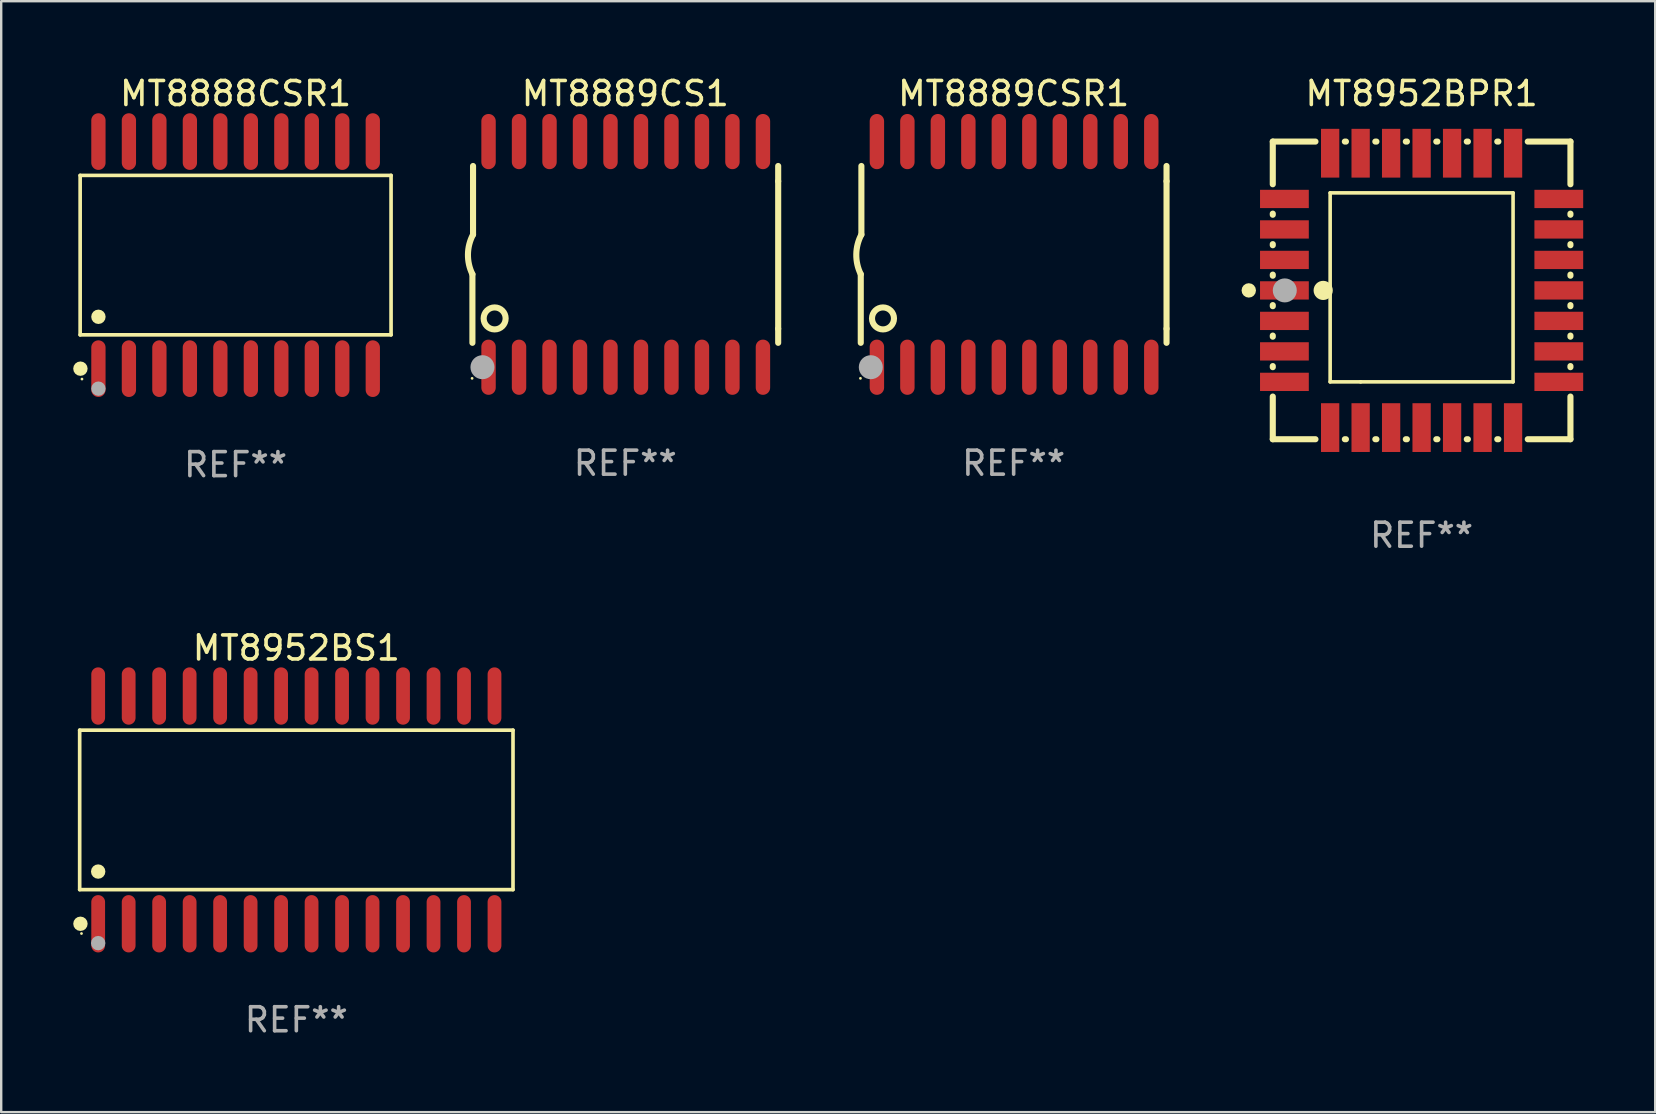
<source format=kicad_pcb>
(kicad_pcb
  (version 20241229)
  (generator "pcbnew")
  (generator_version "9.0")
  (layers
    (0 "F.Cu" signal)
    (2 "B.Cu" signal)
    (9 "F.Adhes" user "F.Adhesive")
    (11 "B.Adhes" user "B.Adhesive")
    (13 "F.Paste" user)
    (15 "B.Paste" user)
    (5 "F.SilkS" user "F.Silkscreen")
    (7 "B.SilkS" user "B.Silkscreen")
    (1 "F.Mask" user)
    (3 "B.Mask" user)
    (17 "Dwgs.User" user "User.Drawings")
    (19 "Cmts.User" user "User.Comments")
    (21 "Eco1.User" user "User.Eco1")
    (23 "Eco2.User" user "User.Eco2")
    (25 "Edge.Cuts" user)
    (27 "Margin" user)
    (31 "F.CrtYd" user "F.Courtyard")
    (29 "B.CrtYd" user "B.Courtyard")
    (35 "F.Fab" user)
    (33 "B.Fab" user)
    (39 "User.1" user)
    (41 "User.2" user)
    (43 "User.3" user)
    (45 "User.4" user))
  (footprint "MT8889CS1"
    (layer "F.Cu")
    (at 22.999 7.548)
    (property "Reference" "MT8889CS1" (at 0 -6.7 0) (layer "F.SilkS") (effects (font (size 1 1) (thickness 0.15))))
    (attr through_hole)
    (fp_line (start -6.369 0.826) (end -6.369 3.683) (stroke (width 0.254) (type solid)) (layer "F.SilkS"))
    (fp_line (start -6.343 -0.825) (end -6.343 -3.683) (stroke (width 0.254) (type solid)) (layer "F.SilkS"))
    (fp_line (start 6.369 -3.048) (end 6.369 -3.683) (stroke (width 0.254) (type solid)) (layer "F.SilkS"))
    (fp_line (start 6.369 -3.048) (end 6.369 3.096) (stroke (width 0.254) (type solid)) (layer "F.SilkS"))
    (fp_line (start 6.369 3.096) (end 6.369 3.683) (stroke (width 0.254) (type solid)) (layer "F.SilkS"))
    (fp_arc (start -6.36853 0.825552) (mid -6.554743 -0.00301) (end -6.343129 -0.825451) (stroke (width 0.254001) (type solid)) (layer "F.SilkS"))
    (fp_circle (center -6.382 5.163) (end -6.352 5.163) (stroke (width 0.06) (type solid)) (fill no) (layer "F.SilkS"))
    (fp_circle (center -5.443 2.667) (end -4.985 2.667) (stroke (width 0.254) (type solid)) (fill no) (layer "F.SilkS"))
    (fp_circle (center -5.951 4.699) (end -5.701 4.699) (stroke (width 0.5) (type solid)) (fill no) (layer "F.Fab"))
    (fp_text user "REF**" (at 0 8.7 0) (layer "F.Fab") (effects (font (size 1 1) (thickness 0.15))))
    (pad "1" smd oval (at -5.697 4.7 180) (size 0.6 2.3) (layers "F.Cu" "F.Mask" "F.Paste"))
    (pad "2" smd oval (at -4.427 4.7 180) (size 0.6 2.3) (layers "F.Cu" "F.Mask" "F.Paste"))
    (pad "3" smd oval (at -3.157 4.7 180) (size 0.6 2.3) (layers "F.Cu" "F.Mask" "F.Paste"))
    (pad "4" smd oval (at -1.887 4.7 180) (size 0.6 2.3) (layers "F.Cu" "F.Mask" "F.Paste"))
    (pad "5" smd oval (at -0.617 4.7 180) (size 0.6 2.3) (layers "F.Cu" "F.Mask" "F.Paste"))
    (pad "6" smd oval (at 0.653 4.7 180) (size 0.6 2.3) (layers "F.Cu" "F.Mask" "F.Paste"))
    (pad "7" smd oval (at 1.923 4.7 180) (size 0.6 2.3) (layers "F.Cu" "F.Mask" "F.Paste"))
    (pad "8" smd oval (at 3.193 4.7 180) (size 0.6 2.3) (layers "F.Cu" "F.Mask" "F.Paste"))
    (pad "9" smd oval (at 4.463 4.7 180) (size 0.6 2.3) (layers "F.Cu" "F.Mask" "F.Paste"))
    (pad "10" smd oval (at 5.734 4.7 180) (size 0.6 2.3) (layers "F.Cu" "F.Mask" "F.Paste"))
    (pad "11" smd oval (at 5.734 -4.7 180) (size 0.6 2.3) (layers "F.Cu" "F.Mask" "F.Paste"))
    (pad "12" smd oval (at 4.463 -4.7 180) (size 0.6 2.3) (layers "F.Cu" "F.Mask" "F.Paste"))
    (pad "13" smd oval (at 3.193 -4.7 180) (size 0.6 2.3) (layers "F.Cu" "F.Mask" "F.Paste"))
    (pad "14" smd oval (at 1.923 -4.7 180) (size 0.6 2.3) (layers "F.Cu" "F.Mask" "F.Paste"))
    (pad "15" smd oval (at 0.653 -4.7 180) (size 0.6 2.3) (layers "F.Cu" "F.Mask" "F.Paste"))
    (pad "16" smd oval (at -0.617 -4.7 180) (size 0.6 2.3) (layers "F.Cu" "F.Mask" "F.Paste"))
    (pad "17" smd oval (at -1.887 -4.7 180) (size 0.6 2.3) (layers "F.Cu" "F.Mask" "F.Paste"))
    (pad "18" smd oval (at -3.157 -4.7 180) (size 0.6 2.3) (layers "F.Cu" "F.Mask" "F.Paste"))
    (pad "19" smd oval (at -4.427 -4.7 180) (size 0.6 2.3) (layers "F.Cu" "F.Mask" "F.Paste"))
    (pad "20" smd oval (at -5.697 -4.7 180) (size 0.6 2.3) (layers "F.Cu" "F.Mask" "F.Paste")))
  (footprint "MT8952BS1"
    (layer "F.Cu")
    (at 9.295 30.689)
    (property "Reference" "MT8952BS1" (at 0 -6.744 0) (layer "F.SilkS") (effects (font (size 1 1) (thickness 0.15))))
    (attr through_hole)
    (fp_line (start -9.026 -3.321) (end 9.026 -3.321) (stroke (width 0.152) (type solid)) (layer "F.SilkS"))
    (fp_line (start -9.026 3.321) (end -9.026 -3.321) (stroke (width 0.152) (type solid)) (layer "F.SilkS"))
    (fp_line (start 9.026 -3.321) (end 9.026 3.321) (stroke (width 0.152) (type solid)) (layer "F.SilkS"))
    (fp_line (start 9.026 3.321) (end -9.026 3.321) (stroke (width 0.152) (type solid)) (layer "F.SilkS"))
    (fp_circle (center -8.994 4.744) (end -8.844 4.744) (stroke (width 0.3) (type solid)) (fill no) (layer "F.SilkS"))
    (fp_circle (center -8.95 5.15) (end -8.92 5.15) (stroke (width 0.06) (type solid)) (fill no) (layer "F.SilkS"))
    (fp_circle (center -8.255 2.569) (end -8.105 2.569) (stroke (width 0.3) (type solid)) (fill no) (layer "F.SilkS"))
    (fp_circle (center -8.255 5.55) (end -8.105 5.55) (stroke (width 0.3) (type solid)) (fill no) (layer "F.Fab"))
    (fp_text user "REF**" (at 0 8.744 0) (layer "F.Fab") (effects (font (size 1 1) (thickness 0.15))))
    (pad "1" smd oval (at -8.255 4.744) (size 0.574 2.388) (layers "F.Cu" "F.Mask" "F.Paste"))
    (pad "2" smd oval (at -6.985 4.744) (size 0.574 2.388) (layers "F.Cu" "F.Mask" "F.Paste"))
    (pad "3" smd oval (at -5.715 4.744) (size 0.574 2.388) (layers "F.Cu" "F.Mask" "F.Paste"))
    (pad "4" smd oval (at -4.445 4.744) (size 0.574 2.388) (layers "F.Cu" "F.Mask" "F.Paste"))
    (pad "5" smd oval (at -3.175 4.744) (size 0.574 2.388) (layers "F.Cu" "F.Mask" "F.Paste"))
    (pad "6" smd oval (at -1.905 4.744) (size 0.574 2.388) (layers "F.Cu" "F.Mask" "F.Paste"))
    (pad "7" smd oval (at -0.635 4.744) (size 0.574 2.388) (layers "F.Cu" "F.Mask" "F.Paste"))
    (pad "8" smd oval (at 0.635 4.744) (size 0.574 2.388) (layers "F.Cu" "F.Mask" "F.Paste"))
    (pad "9" smd oval (at 1.905 4.744) (size 0.574 2.388) (layers "F.Cu" "F.Mask" "F.Paste"))
    (pad "10" smd oval (at 3.175 4.744) (size 0.574 2.388) (layers "F.Cu" "F.Mask" "F.Paste"))
    (pad "11" smd oval (at 4.445 4.744) (size 0.574 2.388) (layers "F.Cu" "F.Mask" "F.Paste"))
    (pad "12" smd oval (at 5.715 4.744) (size 0.574 2.388) (layers "F.Cu" "F.Mask" "F.Paste"))
    (pad "13" smd oval (at 6.985 4.744) (size 0.574 2.388) (layers "F.Cu" "F.Mask" "F.Paste"))
    (pad "14" smd oval (at 8.255 4.744) (size 0.574 2.388) (layers "F.Cu" "F.Mask" "F.Paste"))
    (pad "15" smd oval (at 8.255 -4.744) (size 0.574 2.388) (layers "F.Cu" "F.Mask" "F.Paste"))
    (pad "16" smd oval (at 6.985 -4.744) (size 0.574 2.388) (layers "F.Cu" "F.Mask" "F.Paste"))
    (pad "17" smd oval (at 5.715 -4.744) (size 0.574 2.388) (layers "F.Cu" "F.Mask" "F.Paste"))
    (pad "18" smd oval (at 4.445 -4.744) (size 0.574 2.388) (layers "F.Cu" "F.Mask" "F.Paste"))
    (pad "19" smd oval (at 3.175 -4.744) (size 0.574 2.388) (layers "F.Cu" "F.Mask" "F.Paste"))
    (pad "20" smd oval (at 1.905 -4.744) (size 0.574 2.388) (layers "F.Cu" "F.Mask" "F.Paste"))
    (pad "21" smd oval (at 0.635 -4.744) (size 0.574 2.388) (layers "F.Cu" "F.Mask" "F.Paste"))
    (pad "22" smd oval (at -0.635 -4.744) (size 0.574 2.388) (layers "F.Cu" "F.Mask" "F.Paste"))
    (pad "23" smd oval (at -1.905 -4.744) (size 0.574 2.388) (layers "F.Cu" "F.Mask" "F.Paste"))
    (pad "24" smd oval (at -3.175 -4.744) (size 0.574 2.388) (layers "F.Cu" "F.Mask" "F.Paste"))
    (pad "25" smd oval (at -4.445 -4.744) (size 0.574 2.388) (layers "F.Cu" "F.Mask" "F.Paste"))
    (pad "26" smd oval (at -5.715 -4.744) (size 0.574 2.388) (layers "F.Cu" "F.Mask" "F.Paste"))
    (pad "27" smd oval (at -6.985 -4.744) (size 0.574 2.388) (layers "F.Cu" "F.Mask" "F.Paste"))
    (pad "28" smd oval (at -8.255 -4.744) (size 0.574 2.388) (layers "F.Cu" "F.Mask" "F.Paste")))
  (footprint "MT8888CSR1"
    (layer "F.Cu")
    (at 6.765 7.578)
    (property "Reference" "MT8888CSR1" (at 0 -6.73 0) (layer "F.SilkS") (effects (font (size 1 1) (thickness 0.15))))
    (attr through_hole)
    (fp_line (start -6.476 -3.321) (end 6.476 -3.321) (stroke (width 0.152) (type solid)) (layer "F.SilkS"))
    (fp_line (start -6.476 3.321) (end -6.476 -3.321) (stroke (width 0.152) (type solid)) (layer "F.SilkS"))
    (fp_line (start 6.476 -3.321) (end 6.476 3.321) (stroke (width 0.152) (type solid)) (layer "F.SilkS"))
    (fp_line (start 6.476 3.321) (end -6.476 3.321) (stroke (width 0.152) (type solid)) (layer "F.SilkS"))
    (fp_circle (center -6.465 4.73) (end -6.315 4.73) (stroke (width 0.3) (type solid)) (fill no) (layer "F.SilkS"))
    (fp_circle (center -6.4 5.163) (end -6.37 5.163) (stroke (width 0.06) (type solid)) (fill no) (layer "F.SilkS"))
    (fp_circle (center -5.715 2.569) (end -5.565 2.569) (stroke (width 0.3) (type solid)) (fill no) (layer "F.SilkS"))
    (fp_circle (center -5.715 5.563) (end -5.565 5.563) (stroke (width 0.3) (type solid)) (fill no) (layer "F.Fab"))
    (fp_text user "REF**" (at 0 8.73 0) (layer "F.Fab") (effects (font (size 1 1) (thickness 0.15))))
    (pad "1" smd oval (at -5.715 4.73) (size 0.595 2.36) (layers "F.Cu" "F.Mask" "F.Paste"))
    (pad "2" smd oval (at -4.445 4.73) (size 0.595 2.36) (layers "F.Cu" "F.Mask" "F.Paste"))
    (pad "3" smd oval (at -3.175 4.73) (size 0.595 2.36) (layers "F.Cu" "F.Mask" "F.Paste"))
    (pad "4" smd oval (at -1.905 4.73) (size 0.595 2.36) (layers "F.Cu" "F.Mask" "F.Paste"))
    (pad "5" smd oval (at -0.635 4.73) (size 0.595 2.36) (layers "F.Cu" "F.Mask" "F.Paste"))
    (pad "6" smd oval (at 0.635 4.73) (size 0.595 2.36) (layers "F.Cu" "F.Mask" "F.Paste"))
    (pad "7" smd oval (at 1.905 4.73) (size 0.595 2.36) (layers "F.Cu" "F.Mask" "F.Paste"))
    (pad "8" smd oval (at 3.175 4.73) (size 0.595 2.36) (layers "F.Cu" "F.Mask" "F.Paste"))
    (pad "9" smd oval (at 4.445 4.73) (size 0.595 2.36) (layers "F.Cu" "F.Mask" "F.Paste"))
    (pad "10" smd oval (at 5.715 4.73) (size 0.595 2.36) (layers "F.Cu" "F.Mask" "F.Paste"))
    (pad "11" smd oval (at 5.715 -4.73) (size 0.595 2.36) (layers "F.Cu" "F.Mask" "F.Paste"))
    (pad "12" smd oval (at 4.445 -4.73) (size 0.595 2.36) (layers "F.Cu" "F.Mask" "F.Paste"))
    (pad "13" smd oval (at 3.175 -4.73) (size 0.595 2.36) (layers "F.Cu" "F.Mask" "F.Paste"))
    (pad "14" smd oval (at 1.905 -4.73) (size 0.595 2.36) (layers "F.Cu" "F.Mask" "F.Paste"))
    (pad "15" smd oval (at 0.635 -4.73) (size 0.595 2.36) (layers "F.Cu" "F.Mask" "F.Paste"))
    (pad "16" smd oval (at -0.635 -4.73) (size 0.595 2.36) (layers "F.Cu" "F.Mask" "F.Paste"))
    (pad "17" smd oval (at -1.905 -4.73) (size 0.595 2.36) (layers "F.Cu" "F.Mask" "F.Paste"))
    (pad "18" smd oval (at -3.175 -4.73) (size 0.595 2.36) (layers "F.Cu" "F.Mask" "F.Paste"))
    (pad "19" smd oval (at -4.445 -4.73) (size 0.595 2.36) (layers "F.Cu" "F.Mask" "F.Paste"))
    (pad "20" smd oval (at -5.715 -4.73) (size 0.595 2.36) (layers "F.Cu" "F.Mask" "F.Paste")))
  (footprint "MT8889CSR1"
    (layer "F.Cu")
    (at 39.177 7.548)
    (property "Reference" "MT8889CSR1" (at 0 -6.7 0) (layer "F.SilkS") (effects (font (size 1 1) (thickness 0.15))))
    (attr through_hole)
    (fp_line (start -6.369 0.826) (end -6.369 3.683) (stroke (width 0.254) (type solid)) (layer "F.SilkS"))
    (fp_line (start -6.343 -0.825) (end -6.343 -3.683) (stroke (width 0.254) (type solid)) (layer "F.SilkS"))
    (fp_line (start 6.369 -3.048) (end 6.369 -3.683) (stroke (width 0.254) (type solid)) (layer "F.SilkS"))
    (fp_line (start 6.369 -3.048) (end 6.369 3.096) (stroke (width 0.254) (type solid)) (layer "F.SilkS"))
    (fp_line (start 6.369 3.096) (end 6.369 3.683) (stroke (width 0.254) (type solid)) (layer "F.SilkS"))
    (fp_arc (start -6.36853 0.825552) (mid -6.554743 -0.00301) (end -6.343129 -0.825451) (stroke (width 0.254001) (type solid)) (layer "F.SilkS"))
    (fp_circle (center -6.382 5.163) (end -6.352 5.163) (stroke (width 0.06) (type solid)) (fill no) (layer "F.SilkS"))
    (fp_circle (center -5.443 2.667) (end -4.985 2.667) (stroke (width 0.254) (type solid)) (fill no) (layer "F.SilkS"))
    (fp_circle (center -5.951 4.699) (end -5.701 4.699) (stroke (width 0.5) (type solid)) (fill no) (layer "F.Fab"))
    (fp_text user "REF**" (at 0 8.7 0) (layer "F.Fab") (effects (font (size 1 1) (thickness 0.15))))
    (pad "1" smd oval (at -5.697 4.7 180) (size 0.6 2.3) (layers "F.Cu" "F.Mask" "F.Paste"))
    (pad "2" smd oval (at -4.427 4.7 180) (size 0.6 2.3) (layers "F.Cu" "F.Mask" "F.Paste"))
    (pad "3" smd oval (at -3.157 4.7 180) (size 0.6 2.3) (layers "F.Cu" "F.Mask" "F.Paste"))
    (pad "4" smd oval (at -1.887 4.7 180) (size 0.6 2.3) (layers "F.Cu" "F.Mask" "F.Paste"))
    (pad "5" smd oval (at -0.617 4.7 180) (size 0.6 2.3) (layers "F.Cu" "F.Mask" "F.Paste"))
    (pad "6" smd oval (at 0.653 4.7 180) (size 0.6 2.3) (layers "F.Cu" "F.Mask" "F.Paste"))
    (pad "7" smd oval (at 1.923 4.7 180) (size 0.6 2.3) (layers "F.Cu" "F.Mask" "F.Paste"))
    (pad "8" smd oval (at 3.193 4.7 180) (size 0.6 2.3) (layers "F.Cu" "F.Mask" "F.Paste"))
    (pad "9" smd oval (at 4.463 4.7 180) (size 0.6 2.3) (layers "F.Cu" "F.Mask" "F.Paste"))
    (pad "10" smd oval (at 5.734 4.7 180) (size 0.6 2.3) (layers "F.Cu" "F.Mask" "F.Paste"))
    (pad "11" smd oval (at 5.734 -4.7 180) (size 0.6 2.3) (layers "F.Cu" "F.Mask" "F.Paste"))
    (pad "12" smd oval (at 4.463 -4.7 180) (size 0.6 2.3) (layers "F.Cu" "F.Mask" "F.Paste"))
    (pad "13" smd oval (at 3.193 -4.7 180) (size 0.6 2.3) (layers "F.Cu" "F.Mask" "F.Paste"))
    (pad "14" smd oval (at 1.923 -4.7 180) (size 0.6 2.3) (layers "F.Cu" "F.Mask" "F.Paste"))
    (pad "15" smd oval (at 0.653 -4.7 180) (size 0.6 2.3) (layers "F.Cu" "F.Mask" "F.Paste"))
    (pad "16" smd oval (at -0.617 -4.7 180) (size 0.6 2.3) (layers "F.Cu" "F.Mask" "F.Paste"))
    (pad "17" smd oval (at -1.887 -4.7 180) (size 0.6 2.3) (layers "F.Cu" "F.Mask" "F.Paste"))
    (pad "18" smd oval (at -3.157 -4.7 180) (size 0.6 2.3) (layers "F.Cu" "F.Mask" "F.Paste"))
    (pad "19" smd oval (at -4.427 -4.7 180) (size 0.6 2.3) (layers "F.Cu" "F.Mask" "F.Paste"))
    (pad "20" smd oval (at -5.697 -4.7 180) (size 0.6 2.3) (layers "F.Cu" "F.Mask" "F.Paste")))
  (footprint "MT8952BPR1"
    (layer "F.Cu")
    (at 56.172 9.048)
    (property "Reference" "MT8952BPR1" (at 0 -8.2 0) (layer "F.SilkS") (effects (font (size 1 1) (thickness 0.15))))
    (attr through_hole)
    (fp_line (start -6.2 -6.2) (end -4.422 -6.2) (stroke (width 0.254) (type solid)) (layer "F.SilkS"))
    (fp_line (start -6.2 -4.422) (end -6.2 -6.2) (stroke (width 0.254) (type solid)) (layer "F.SilkS"))
    (fp_line (start -6.2 -3.152) (end -6.2 -3.198) (stroke (width 0.254) (type solid)) (layer "F.SilkS"))
    (fp_line (start -6.2 -1.882) (end -6.2 -1.928) (stroke (width 0.254) (type solid)) (layer "F.SilkS"))
    (fp_line (start -6.2 -0.612) (end -6.2 -0.658) (stroke (width 0.254) (type solid)) (layer "F.SilkS"))
    (fp_line (start -6.2 0.658) (end -6.2 0.612) (stroke (width 0.254) (type solid)) (layer "F.SilkS"))
    (fp_line (start -6.2 1.928) (end -6.2 1.882) (stroke (width 0.254) (type solid)) (layer "F.SilkS"))
    (fp_line (start -6.2 3.198) (end -6.2 3.152) (stroke (width 0.254) (type solid)) (layer "F.SilkS"))
    (fp_line (start -6.2 6.2) (end -6.2 4.422) (stroke (width 0.254) (type solid)) (layer "F.SilkS"))
    (fp_line (start -4.422 6.2) (end -6.2 6.2) (stroke (width 0.254) (type solid)) (layer "F.SilkS"))
    (fp_line (start -3.81 -4.064) (end 3.81 -4.064) (stroke (width 0.15) (type solid)) (layer "F.SilkS"))
    (fp_line (start -3.81 3.81) (end -3.81 -4.064) (stroke (width 0.15) (type solid)) (layer "F.SilkS"))
    (fp_line (start -3.198 -6.2) (end -3.152 -6.2) (stroke (width 0.254) (type solid)) (layer "F.SilkS"))
    (fp_line (start -3.152 6.2) (end -3.198 6.2) (stroke (width 0.254) (type solid)) (layer "F.SilkS"))
    (fp_line (start -2.54 3.81) (end -3.81 3.81) (stroke (width 0.15) (type solid)) (layer "F.SilkS"))
    (fp_line (start -1.928 -6.2) (end -1.882 -6.2) (stroke (width 0.254) (type solid)) (layer "F.SilkS"))
    (fp_line (start -1.882 6.2) (end -1.928 6.2) (stroke (width 0.254) (type solid)) (layer "F.SilkS"))
    (fp_line (start -0.658 -6.2) (end -0.612 -6.2) (stroke (width 0.254) (type solid)) (layer "F.SilkS"))
    (fp_line (start -0.612 6.2) (end -0.658 6.2) (stroke (width 0.254) (type solid)) (layer "F.SilkS"))
    (fp_line (start 0.612 -6.2) (end 0.658 -6.2) (stroke (width 0.254) (type solid)) (layer "F.SilkS"))
    (fp_line (start 0.658 6.2) (end 0.612 6.2) (stroke (width 0.254) (type solid)) (layer "F.SilkS"))
    (fp_line (start 1.882 -6.2) (end 1.928 -6.2) (stroke (width 0.254) (type solid)) (layer "F.SilkS"))
    (fp_line (start 1.928 6.2) (end 1.882 6.2) (stroke (width 0.254) (type solid)) (layer "F.SilkS"))
    (fp_line (start 3.152 -6.2) (end 3.198 -6.2) (stroke (width 0.254) (type solid)) (layer "F.SilkS"))
    (fp_line (start 3.198 6.2) (end 3.152 6.2) (stroke (width 0.254) (type solid)) (layer "F.SilkS"))
    (fp_line (start 3.81 -4.064) (end 3.81 3.81) (stroke (width 0.15) (type solid)) (layer "F.SilkS"))
    (fp_line (start 3.81 3.81) (end -2.54 3.81) (stroke (width 0.15) (type solid)) (layer "F.SilkS"))
    (fp_line (start 4.422 -6.2) (end 6.2 -6.2) (stroke (width 0.254) (type solid)) (layer "F.SilkS"))
    (fp_line (start 6.2 -6.2) (end 6.2 -4.422) (stroke (width 0.254) (type solid)) (layer "F.SilkS"))
    (fp_line (start 6.2 -3.198) (end 6.2 -3.152) (stroke (width 0.254) (type solid)) (layer "F.SilkS"))
    (fp_line (start 6.2 -1.928) (end 6.2 -1.882) (stroke (width 0.254) (type solid)) (layer "F.SilkS"))
    (fp_line (start 6.2 -0.658) (end 6.2 -0.612) (stroke (width 0.254) (type solid)) (layer "F.SilkS"))
    (fp_line (start 6.2 0.612) (end 6.2 0.658) (stroke (width 0.254) (type solid)) (layer "F.SilkS"))
    (fp_line (start 6.2 1.882) (end 6.2 1.928) (stroke (width 0.254) (type solid)) (layer "F.SilkS"))
    (fp_line (start 6.2 3.152) (end 6.2 3.198) (stroke (width 0.254) (type solid)) (layer "F.SilkS"))
    (fp_line (start 6.2 4.422) (end 6.2 6.2) (stroke (width 0.254) (type solid)) (layer "F.SilkS"))
    (fp_line (start 6.2 6.2) (end 4.422 6.2) (stroke (width 0.254) (type solid)) (layer "F.SilkS"))
    (fp_circle (center -7.2 0) (end -7.05 0) (stroke (width 0.3) (type solid)) (fill no) (layer "F.SilkS"))
    (fp_circle (center -6.223 6.223) (end -6.193 6.223) (stroke (width 0.06) (type solid)) (fill no) (layer "F.SilkS"))
    (fp_circle (center -4.1 0) (end -3.9 0) (stroke (width 0.4) (type solid)) (fill no) (layer "F.SilkS"))
    (fp_circle (center -5.7 0) (end -5.45 0) (stroke (width 0.5) (type solid)) (fill no) (layer "F.Fab"))
    (fp_text user "REF**" (at 0 10.2 0) (layer "F.Fab") (effects (font (size 1 1) (thickness 0.15))))
    (pad "1" smd rect (at -5.715 0) (size 2.032 0.762) (layers "F.Cu" "F.Mask" "F.Paste"))
    (pad "2" smd rect (at -5.715 1.27) (size 2.032 0.762) (layers "F.Cu" "F.Mask" "F.Paste"))
    (pad "3" smd rect (at -5.715 2.54) (size 2.032 0.762) (layers "F.Cu" "F.Mask" "F.Paste"))
    (pad "4" smd rect (at -5.715 3.81) (size 2.032 0.762) (layers "F.Cu" "F.Mask" "F.Paste"))
    (pad "5" smd rect (at -3.81 5.715) (size 0.762 2.032) (layers "F.Cu" "F.Mask" "F.Paste"))
    (pad "6" smd rect (at -2.54 5.715) (size 0.762 2.032) (layers "F.Cu" "F.Mask" "F.Paste"))
    (pad "7" smd rect (at -1.27 5.715) (size 0.762 2.032) (layers "F.Cu" "F.Mask" "F.Paste"))
    (pad "8" smd rect (at 0 5.715) (size 0.762 2.032) (layers "F.Cu" "F.Mask" "F.Paste"))
    (pad "9" smd rect (at 1.27 5.715) (size 0.762 2.032) (layers "F.Cu" "F.Mask" "F.Paste"))
    (pad "10" smd rect (at 2.54 5.715) (size 0.762 2.032) (layers "F.Cu" "F.Mask" "F.Paste"))
    (pad "11" smd rect (at 3.81 5.715) (size 0.762 2.032) (layers "F.Cu" "F.Mask" "F.Paste"))
    (pad "12" smd rect (at 5.715 3.81) (size 2.032 0.762) (layers "F.Cu" "F.Mask" "F.Paste"))
    (pad "13" smd rect (at 5.715 2.54) (size 2.032 0.762) (layers "F.Cu" "F.Mask" "F.Paste"))
    (pad "14" smd rect (at 5.715 1.27) (size 2.032 0.762) (layers "F.Cu" "F.Mask" "F.Paste"))
    (pad "15" smd rect (at 5.715 0) (size 2.032 0.762) (layers "F.Cu" "F.Mask" "F.Paste"))
    (pad "16" smd rect (at 5.715 -1.27) (size 2.032 0.762) (layers "F.Cu" "F.Mask" "F.Paste"))
    (pad "17" smd rect (at 5.715 -2.54) (size 2.032 0.762) (layers "F.Cu" "F.Mask" "F.Paste"))
    (pad "18" smd rect (at 5.715 -3.81) (size 2.032 0.762) (layers "F.Cu" "F.Mask" "F.Paste"))
    (pad "19" smd rect (at 3.81 -5.715) (size 0.762 2.032) (layers "F.Cu" "F.Mask" "F.Paste"))
    (pad "20" smd rect (at 2.54 -5.715) (size 0.762 2.032) (layers "F.Cu" "F.Mask" "F.Paste"))
    (pad "21" smd rect (at 1.27 -5.715) (size 0.762 2.032) (layers "F.Cu" "F.Mask" "F.Paste"))
    (pad "22" smd rect (at 0 -5.715) (size 0.762 2.032) (layers "F.Cu" "F.Mask" "F.Paste"))
    (pad "23" smd rect (at -1.27 -5.715) (size 0.762 2.032) (layers "F.Cu" "F.Mask" "F.Paste"))
    (pad "24" smd rect (at -2.54 -5.715) (size 0.762 2.032) (layers "F.Cu" "F.Mask" "F.Paste"))
    (pad "25" smd rect (at -3.81 -5.715) (size 0.762 2.032) (layers "F.Cu" "F.Mask" "F.Paste"))
    (pad "26" smd rect (at -5.715 -3.81) (size 2.032 0.762) (layers "F.Cu" "F.Mask" "F.Paste"))
    (pad "27" smd rect (at -5.715 -2.54) (size 2.032 0.762) (layers "F.Cu" "F.Mask" "F.Paste"))
    (pad "28" smd rect (at -5.715 -1.27) (size 2.032 0.762) (layers "F.Cu" "F.Mask" "F.Paste")))
  (gr_rect
    (start -3 -3)
    (end 65.903 43.281)
    (stroke (width 0.1) (type default))
    (fill no)
    (layer "Edge.Cuts")))
</source>
